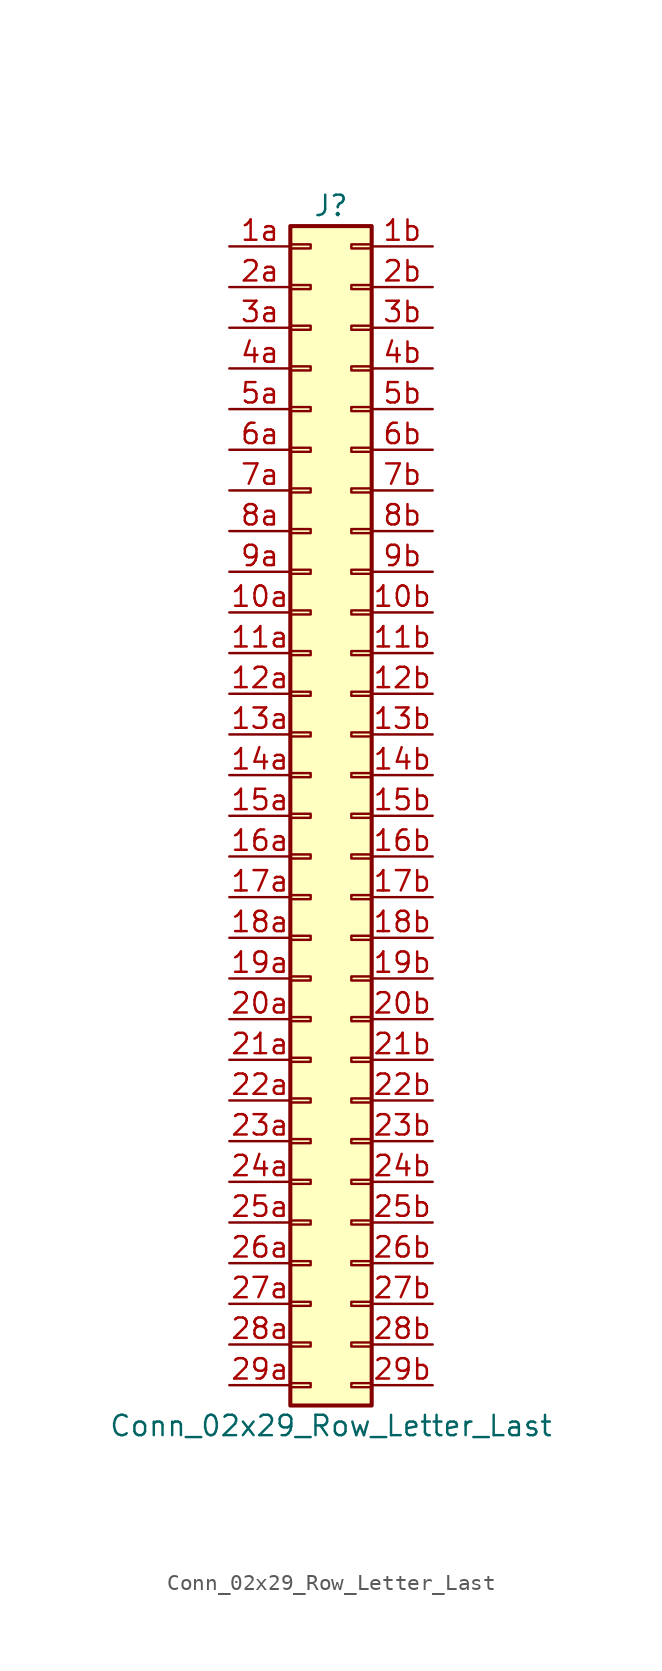
<source format=kicad_sym>
(kicad_symbol_lib
  (version 20201005)
  (generator kicad_symbol_editor)
  (symbol "Connector_Generic:Conn_02x29_Row_Letter_Last"
    (pin_names
      (offset 1.016) hide)
    (property "Reference" "J"
      (at 1.27 38.1 0)
      (effects (font (size 1.27 1.27))))
    (property "Value" "Conn_02x29_Row_Letter_Last"
      (at 1.27 -38.1 0)
      (effects (font (size 1.27 1.27))))
    (symbol "Conn_02x29_Row_Letter_Last_1_1"
      (rectangle (start -1.27 -27.813) (end 0 -28.067) (stroke (width 0.152)) (fill (type none)))
      (rectangle (start -1.27 -30.353) (end 0 -30.607) (stroke (width 0.152)) (fill (type none)))
      (rectangle (start -1.27 -32.893) (end 0 -33.147) (stroke (width 0.152)) (fill (type none)))
      (rectangle (start -1.27 -35.433) (end 0 -35.687) (stroke (width 0.152)) (fill (type none)))
      (rectangle (start -1.27 -4.953) (end 0 -5.207) (stroke (width 0.152)) (fill (type none)))
      (rectangle (start -1.27 -7.493) (end 0 -7.747) (stroke (width 0.152)) (fill (type none)))
      (rectangle (start -1.27 -10.033) (end 0 -10.287) (stroke (width 0.152)) (fill (type none)))
      (rectangle (start -1.27 -12.573) (end 0 -12.827) (stroke (width 0.152)) (fill (type none)))
      (rectangle (start -1.27 -15.113) (end 0 -15.367) (stroke (width 0.152)) (fill (type none)))
      (rectangle (start -1.27 -17.653) (end 0 -17.907) (stroke (width 0.152)) (fill (type none)))
      (rectangle (start -1.27 -20.193) (end 0 -20.447) (stroke (width 0.152)) (fill (type none)))
      (rectangle (start -1.27 -22.733) (end 0 -22.987) (stroke (width 0.152)) (fill (type none)))
      (rectangle (start -1.27 -2.413) (end 0 -2.667) (stroke (width 0.152)) (fill (type none)))
      (rectangle (start -1.27 -25.273) (end 0 -25.527) (stroke (width 0.152)) (fill (type none)))
      (rectangle (start -1.27 25.527) (end 0 25.273) (stroke (width 0.152)) (fill (type none)))
      (rectangle (start -1.27 2.667) (end 0 2.413) (stroke (width 0.152)) (fill (type none)))
      (rectangle (start -1.27 28.067) (end 0 27.813) (stroke (width 0.152)) (fill (type none)))
      (rectangle (start -1.27 30.607) (end 0 30.353) (stroke (width 0.152)) (fill (type none)))
      (rectangle (start -1.27 33.147) (end 0 32.893) (stroke (width 0.152)) (fill (type none)))
      (rectangle (start -1.27 35.687) (end 0 35.433) (stroke (width 0.152)) (fill (type none)))
      (rectangle (start -1.27 36.83) (end 3.81 -36.83) (stroke (width 0.254)) (fill (type background)))
      (rectangle (start -1.27 5.207) (end 0 4.953) (stroke (width 0.152)) (fill (type none)))
      (rectangle (start -1.27 7.747) (end 0 7.493) (stroke (width 0.152)) (fill (type none)))
      (rectangle (start -1.27 10.287) (end 0 10.033) (stroke (width 0.152)) (fill (type none)))
      (rectangle (start -1.27 0.127) (end 0 -0.127) (stroke (width 0.152)) (fill (type none)))
      (rectangle (start -1.27 12.827) (end 0 12.573) (stroke (width 0.152)) (fill (type none)))
      (rectangle (start -1.27 15.367) (end 0 15.113) (stroke (width 0.152)) (fill (type none)))
      (rectangle (start -1.27 17.907) (end 0 17.653) (stroke (width 0.152)) (fill (type none)))
      (rectangle (start -1.27 20.447) (end 0 20.193) (stroke (width 0.152)) (fill (type none)))
      (rectangle (start -1.27 22.987) (end 0 22.733) (stroke (width 0.152)) (fill (type none)))
      (rectangle (start 3.81 -27.813) (end 2.54 -28.067) (stroke (width 0.152)) (fill (type none)))
      (rectangle (start 3.81 -30.353) (end 2.54 -30.607) (stroke (width 0.152)) (fill (type none)))
      (rectangle (start 3.81 -32.893) (end 2.54 -33.147) (stroke (width 0.152)) (fill (type none)))
      (rectangle (start 3.81 -35.433) (end 2.54 -35.687) (stroke (width 0.152)) (fill (type none)))
      (rectangle (start 3.81 -4.953) (end 2.54 -5.207) (stroke (width 0.152)) (fill (type none)))
      (rectangle (start 3.81 -7.493) (end 2.54 -7.747) (stroke (width 0.152)) (fill (type none)))
      (rectangle (start 3.81 -10.033) (end 2.54 -10.287) (stroke (width 0.152)) (fill (type none)))
      (rectangle (start 3.81 -12.573) (end 2.54 -12.827) (stroke (width 0.152)) (fill (type none)))
      (rectangle (start 3.81 -15.113) (end 2.54 -15.367) (stroke (width 0.152)) (fill (type none)))
      (rectangle (start 3.81 -17.653) (end 2.54 -17.907) (stroke (width 0.152)) (fill (type none)))
      (rectangle (start 3.81 -20.193) (end 2.54 -20.447) (stroke (width 0.152)) (fill (type none)))
      (rectangle (start 3.81 -22.733) (end 2.54 -22.987) (stroke (width 0.152)) (fill (type none)))
      (rectangle (start 3.81 -2.413) (end 2.54 -2.667) (stroke (width 0.152)) (fill (type none)))
      (rectangle (start 3.81 -25.273) (end 2.54 -25.527) (stroke (width 0.152)) (fill (type none)))
      (rectangle (start 3.81 25.527) (end 2.54 25.273) (stroke (width 0.152)) (fill (type none)))
      (rectangle (start 3.81 2.667) (end 2.54 2.413) (stroke (width 0.152)) (fill (type none)))
      (rectangle (start 3.81 28.067) (end 2.54 27.813) (stroke (width 0.152)) (fill (type none)))
      (rectangle (start 3.81 30.607) (end 2.54 30.353) (stroke (width 0.152)) (fill (type none)))
      (rectangle (start 3.81 33.147) (end 2.54 32.893) (stroke (width 0.152)) (fill (type none)))
      (rectangle (start 3.81 35.687) (end 2.54 35.433) (stroke (width 0.152)) (fill (type none)))
      (rectangle (start 3.81 5.207) (end 2.54 4.953) (stroke (width 0.152)) (fill (type none)))
      (rectangle (start 3.81 7.747) (end 2.54 7.493) (stroke (width 0.152)) (fill (type none)))
      (rectangle (start 3.81 10.287) (end 2.54 10.033) (stroke (width 0.152)) (fill (type none)))
      (rectangle (start 3.81 0.127) (end 2.54 -0.127) (stroke (width 0.152)) (fill (type none)))
      (rectangle (start 3.81 12.827) (end 2.54 12.573) (stroke (width 0.152)) (fill (type none)))
      (rectangle (start 3.81 15.367) (end 2.54 15.113) (stroke (width 0.152)) (fill (type none)))
      (rectangle (start 3.81 17.907) (end 2.54 17.653) (stroke (width 0.152)) (fill (type none)))
      (rectangle (start 3.81 20.447) (end 2.54 20.193) (stroke (width 0.152)) (fill (type none)))
      (rectangle (start 3.81 22.987) (end 2.54 22.733) (stroke (width 0.152)) (fill (type none)))
      (pin passive line (at -5.08 12.7 0) (length 3.81) (name "Pin_10a" (effects (font (size 1.27 1.27)))) (number "10a" (effects (font (size 1.27 1.27)))))
      (pin passive line (at 7.62 12.7 180) (length 3.81) (name "Pin_10b" (effects (font (size 1.27 1.27)))) (number "10b" (effects (font (size 1.27 1.27)))))
      (pin passive line (at -5.08 10.16 0) (length 3.81) (name "Pin_11a" (effects (font (size 1.27 1.27)))) (number "11a" (effects (font (size 1.27 1.27)))))
      (pin passive line (at 7.62 10.16 180) (length 3.81) (name "Pin_11b" (effects (font (size 1.27 1.27)))) (number "11b" (effects (font (size 1.27 1.27)))))
      (pin passive line (at -5.08 7.62 0) (length 3.81) (name "Pin_12a" (effects (font (size 1.27 1.27)))) (number "12a" (effects (font (size 1.27 1.27)))))
      (pin passive line (at 7.62 7.62 180) (length 3.81) (name "Pin_12b" (effects (font (size 1.27 1.27)))) (number "12b" (effects (font (size 1.27 1.27)))))
      (pin passive line (at -5.08 5.08 0) (length 3.81) (name "Pin_13a" (effects (font (size 1.27 1.27)))) (number "13a" (effects (font (size 1.27 1.27)))))
      (pin passive line (at 7.62 5.08 180) (length 3.81) (name "Pin_13b" (effects (font (size 1.27 1.27)))) (number "13b" (effects (font (size 1.27 1.27)))))
      (pin passive line (at -5.08 2.54 0) (length 3.81) (name "Pin_14a" (effects (font (size 1.27 1.27)))) (number "14a" (effects (font (size 1.27 1.27)))))
      (pin passive line (at 7.62 2.54 180) (length 3.81) (name "Pin_14b" (effects (font (size 1.27 1.27)))) (number "14b" (effects (font (size 1.27 1.27)))))
      (pin passive line (at -5.08 0 0) (length 3.81) (name "Pin_15a" (effects (font (size 1.27 1.27)))) (number "15a" (effects (font (size 1.27 1.27)))))
      (pin passive line (at 7.62 0 180) (length 3.81) (name "Pin_15b" (effects (font (size 1.27 1.27)))) (number "15b" (effects (font (size 1.27 1.27)))))
      (pin passive line (at -5.08 -2.54 0) (length 3.81) (name "Pin_16a" (effects (font (size 1.27 1.27)))) (number "16a" (effects (font (size 1.27 1.27)))))
      (pin passive line (at 7.62 -2.54 180) (length 3.81) (name "Pin_16b" (effects (font (size 1.27 1.27)))) (number "16b" (effects (font (size 1.27 1.27)))))
      (pin passive line (at -5.08 -5.08 0) (length 3.81) (name "Pin_17a" (effects (font (size 1.27 1.27)))) (number "17a" (effects (font (size 1.27 1.27)))))
      (pin passive line (at 7.62 -5.08 180) (length 3.81) (name "Pin_17b" (effects (font (size 1.27 1.27)))) (number "17b" (effects (font (size 1.27 1.27)))))
      (pin passive line (at -5.08 -7.62 0) (length 3.81) (name "Pin_18a" (effects (font (size 1.27 1.27)))) (number "18a" (effects (font (size 1.27 1.27)))))
      (pin passive line (at 7.62 -7.62 180) (length 3.81) (name "Pin_18b" (effects (font (size 1.27 1.27)))) (number "18b" (effects (font (size 1.27 1.27)))))
      (pin passive line (at -5.08 -10.16 0) (length 3.81) (name "Pin_19a" (effects (font (size 1.27 1.27)))) (number "19a" (effects (font (size 1.27 1.27)))))
      (pin passive line (at 7.62 -10.16 180) (length 3.81) (name "Pin_19b" (effects (font (size 1.27 1.27)))) (number "19b" (effects (font (size 1.27 1.27)))))
      (pin passive line (at -5.08 35.56 0) (length 3.81) (name "Pin_1a" (effects (font (size 1.27 1.27)))) (number "1a" (effects (font (size 1.27 1.27)))))
      (pin passive line (at 7.62 35.56 180) (length 3.81) (name "Pin_1b" (effects (font (size 1.27 1.27)))) (number "1b" (effects (font (size 1.27 1.27)))))
      (pin passive line (at -5.08 -12.7 0) (length 3.81) (name "Pin_20a" (effects (font (size 1.27 1.27)))) (number "20a" (effects (font (size 1.27 1.27)))))
      (pin passive line (at 7.62 -12.7 180) (length 3.81) (name "Pin_20b" (effects (font (size 1.27 1.27)))) (number "20b" (effects (font (size 1.27 1.27)))))
      (pin passive line (at -5.08 -15.24 0) (length 3.81) (name "Pin_21a" (effects (font (size 1.27 1.27)))) (number "21a" (effects (font (size 1.27 1.27)))))
      (pin passive line (at 7.62 -15.24 180) (length 3.81) (name "Pin_21b" (effects (font (size 1.27 1.27)))) (number "21b" (effects (font (size 1.27 1.27)))))
      (pin passive line (at -5.08 -17.78 0) (length 3.81) (name "Pin_22a" (effects (font (size 1.27 1.27)))) (number "22a" (effects (font (size 1.27 1.27)))))
      (pin passive line (at 7.62 -17.78 180) (length 3.81) (name "Pin_22b" (effects (font (size 1.27 1.27)))) (number "22b" (effects (font (size 1.27 1.27)))))
      (pin passive line (at -5.08 -20.32 0) (length 3.81) (name "Pin_23a" (effects (font (size 1.27 1.27)))) (number "23a" (effects (font (size 1.27 1.27)))))
      (pin passive line (at 7.62 -20.32 180) (length 3.81) (name "Pin_23b" (effects (font (size 1.27 1.27)))) (number "23b" (effects (font (size 1.27 1.27)))))
      (pin passive line (at -5.08 -22.86 0) (length 3.81) (name "Pin_24a" (effects (font (size 1.27 1.27)))) (number "24a" (effects (font (size 1.27 1.27)))))
      (pin passive line (at 7.62 -22.86 180) (length 3.81) (name "Pin_24b" (effects (font (size 1.27 1.27)))) (number "24b" (effects (font (size 1.27 1.27)))))
      (pin passive line (at -5.08 -25.4 0) (length 3.81) (name "Pin_25a" (effects (font (size 1.27 1.27)))) (number "25a" (effects (font (size 1.27 1.27)))))
      (pin passive line (at 7.62 -25.4 180) (length 3.81) (name "Pin_25b" (effects (font (size 1.27 1.27)))) (number "25b" (effects (font (size 1.27 1.27)))))
      (pin passive line (at -5.08 -27.94 0) (length 3.81) (name "Pin_26a" (effects (font (size 1.27 1.27)))) (number "26a" (effects (font (size 1.27 1.27)))))
      (pin passive line (at 7.62 -27.94 180) (length 3.81) (name "Pin_26b" (effects (font (size 1.27 1.27)))) (number "26b" (effects (font (size 1.27 1.27)))))
      (pin passive line (at -5.08 -30.48 0) (length 3.81) (name "Pin_27a" (effects (font (size 1.27 1.27)))) (number "27a" (effects (font (size 1.27 1.27)))))
      (pin passive line (at 7.62 -30.48 180) (length 3.81) (name "Pin_27b" (effects (font (size 1.27 1.27)))) (number "27b" (effects (font (size 1.27 1.27)))))
      (pin passive line (at -5.08 -33.02 0) (length 3.81) (name "Pin_28a" (effects (font (size 1.27 1.27)))) (number "28a" (effects (font (size 1.27 1.27)))))
      (pin passive line (at 7.62 -33.02 180) (length 3.81) (name "Pin_28b" (effects (font (size 1.27 1.27)))) (number "28b" (effects (font (size 1.27 1.27)))))
      (pin passive line (at -5.08 -35.56 0) (length 3.81) (name "Pin_29a" (effects (font (size 1.27 1.27)))) (number "29a" (effects (font (size 1.27 1.27)))))
      (pin passive line (at 7.62 -35.56 180) (length 3.81) (name "Pin_29b" (effects (font (size 1.27 1.27)))) (number "29b" (effects (font (size 1.27 1.27)))))
      (pin passive line (at -5.08 33.02 0) (length 3.81) (name "Pin_2a" (effects (font (size 1.27 1.27)))) (number "2a" (effects (font (size 1.27 1.27)))))
      (pin passive line (at 7.62 33.02 180) (length 3.81) (name "Pin_2b" (effects (font (size 1.27 1.27)))) (number "2b" (effects (font (size 1.27 1.27)))))
      (pin passive line (at -5.08 30.48 0) (length 3.81) (name "Pin_3a" (effects (font (size 1.27 1.27)))) (number "3a" (effects (font (size 1.27 1.27)))))
      (pin passive line (at 7.62 30.48 180) (length 3.81) (name "Pin_3b" (effects (font (size 1.27 1.27)))) (number "3b" (effects (font (size 1.27 1.27)))))
      (pin passive line (at -5.08 27.94 0) (length 3.81) (name "Pin_4a" (effects (font (size 1.27 1.27)))) (number "4a" (effects (font (size 1.27 1.27)))))
      (pin passive line (at 7.62 27.94 180) (length 3.81) (name "Pin_4b" (effects (font (size 1.27 1.27)))) (number "4b" (effects (font (size 1.27 1.27)))))
      (pin passive line (at -5.08 25.4 0) (length 3.81) (name "Pin_5a" (effects (font (size 1.27 1.27)))) (number "5a" (effects (font (size 1.27 1.27)))))
      (pin passive line (at 7.62 25.4 180) (length 3.81) (name "Pin_5b" (effects (font (size 1.27 1.27)))) (number "5b" (effects (font (size 1.27 1.27)))))
      (pin passive line (at -5.08 22.86 0) (length 3.81) (name "Pin_6a" (effects (font (size 1.27 1.27)))) (number "6a" (effects (font (size 1.27 1.27)))))
      (pin passive line (at 7.62 22.86 180) (length 3.81) (name "Pin_6b" (effects (font (size 1.27 1.27)))) (number "6b" (effects (font (size 1.27 1.27)))))
      (pin passive line (at -5.08 20.32 0) (length 3.81) (name "Pin_7a" (effects (font (size 1.27 1.27)))) (number "7a" (effects (font (size 1.27 1.27)))))
      (pin passive line (at 7.62 20.32 180) (length 3.81) (name "Pin_7b" (effects (font (size 1.27 1.27)))) (number "7b" (effects (font (size 1.27 1.27)))))
      (pin passive line (at -5.08 17.78 0) (length 3.81) (name "Pin_8a" (effects (font (size 1.27 1.27)))) (number "8a" (effects (font (size 1.27 1.27)))))
      (pin passive line (at 7.62 17.78 180) (length 3.81) (name "Pin_8b" (effects (font (size 1.27 1.27)))) (number "8b" (effects (font (size 1.27 1.27)))))
      (pin passive line (at -5.08 15.24 0) (length 3.81) (name "Pin_9a" (effects (font (size 1.27 1.27)))) (number "9a" (effects (font (size 1.27 1.27)))))
      (pin passive line (at 7.62 15.24 180) (length 3.81) (name "Pin_9b" (effects (font (size 1.27 1.27)))) (number "9b" (effects (font (size 1.27 1.27))))))))
</source>
